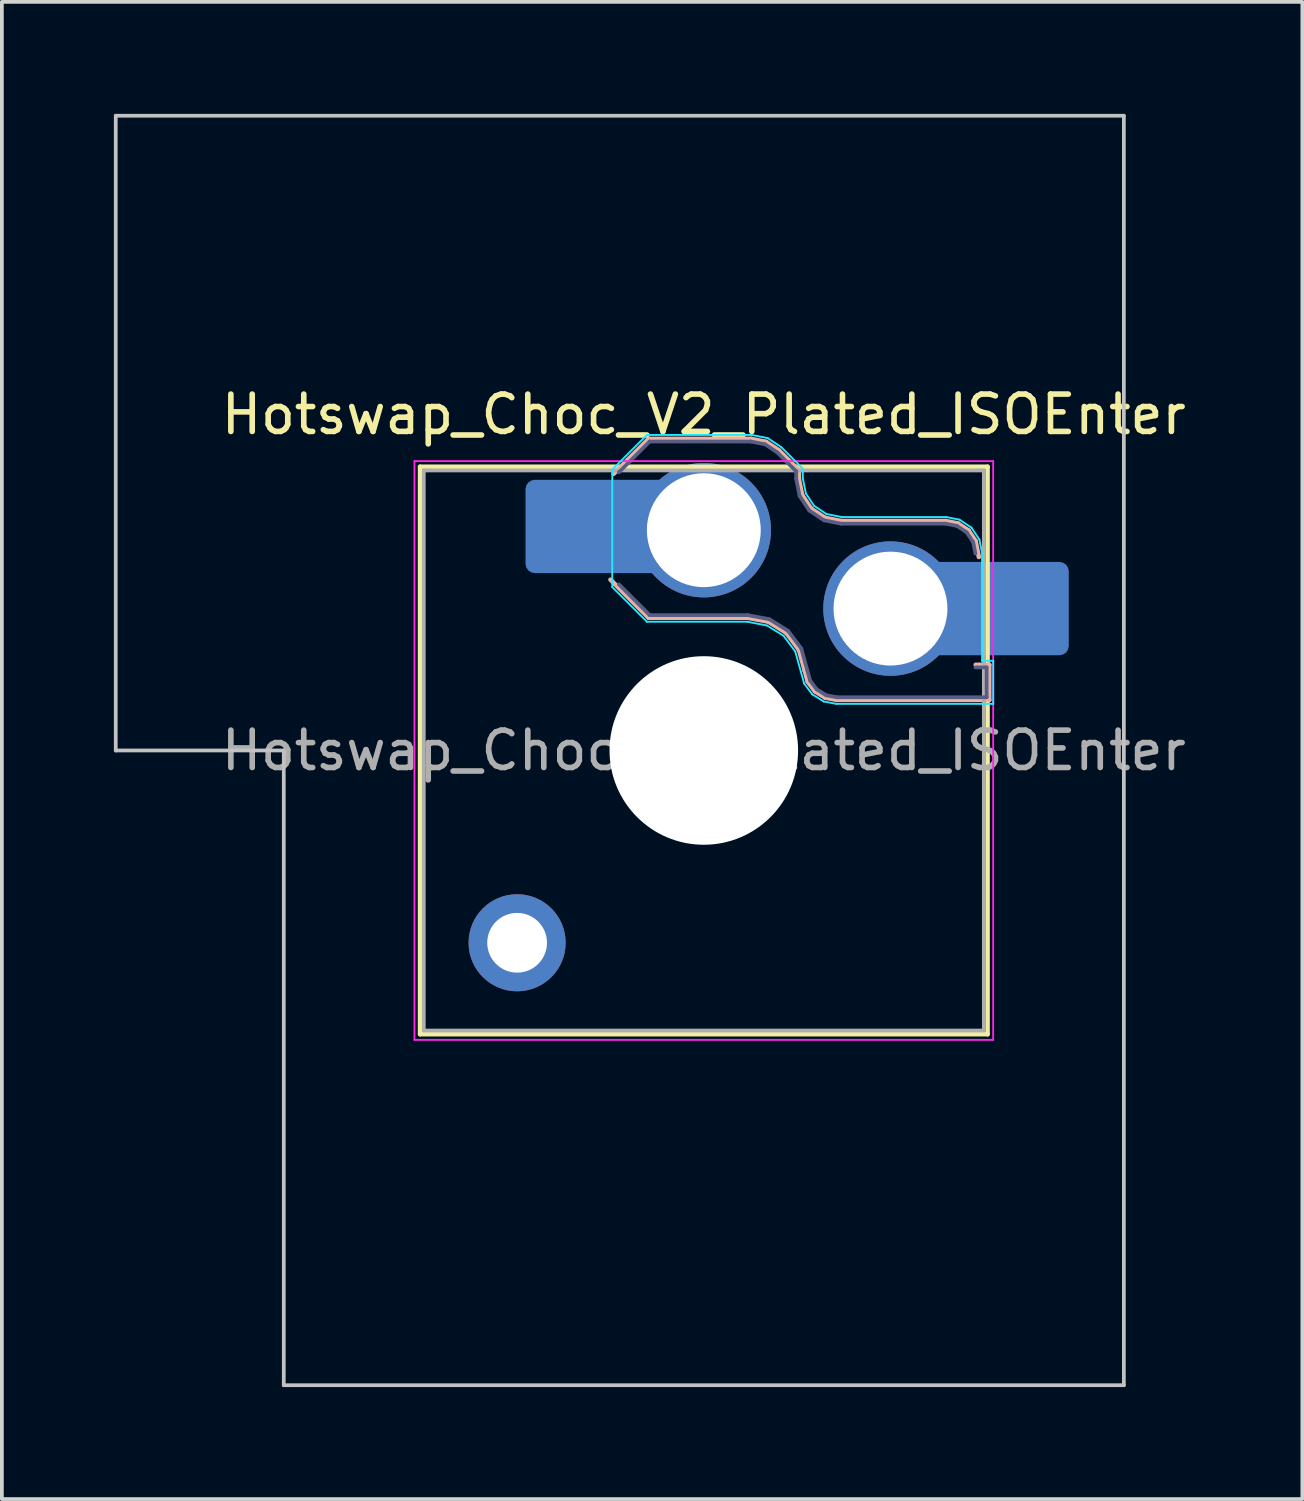
<source format=kicad_pcb>
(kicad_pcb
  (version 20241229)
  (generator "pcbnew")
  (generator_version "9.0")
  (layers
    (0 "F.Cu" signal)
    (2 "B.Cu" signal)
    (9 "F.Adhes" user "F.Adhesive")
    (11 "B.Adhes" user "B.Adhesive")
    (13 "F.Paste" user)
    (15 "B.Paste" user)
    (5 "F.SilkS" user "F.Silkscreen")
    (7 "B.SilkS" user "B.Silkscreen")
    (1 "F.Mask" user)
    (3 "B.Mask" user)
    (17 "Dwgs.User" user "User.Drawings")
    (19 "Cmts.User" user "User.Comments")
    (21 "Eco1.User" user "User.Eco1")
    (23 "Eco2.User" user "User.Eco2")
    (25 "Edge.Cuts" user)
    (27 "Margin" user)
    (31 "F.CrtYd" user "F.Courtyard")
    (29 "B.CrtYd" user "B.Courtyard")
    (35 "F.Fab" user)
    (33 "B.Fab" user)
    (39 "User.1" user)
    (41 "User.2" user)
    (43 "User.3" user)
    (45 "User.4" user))
  (footprint "Hotswap_Choc_V2_Plated_ISOEnter"
    (layer "F.Cu")
    (at 15.8 17.05)
    (property "Reference" "Hotswap_Choc_V2_Plated_ISOEnter" (at 0 -9 0) (layer "F.SilkS") (effects (font (size 1 1) (thickness 0.15))))
    (attr smd allow_soldermask_bridges)
    (fp_line (start -7.6 -7.6) (end -7.6 7.6) (stroke (width 0.12) (type solid)) (layer "F.SilkS"))
    (fp_line (start -7.6 7.6) (end 7.6 7.6) (stroke (width 0.12) (type solid)) (layer "F.SilkS"))
    (fp_line (start 7.6 -7.6) (end -7.6 -7.6) (stroke (width 0.12) (type solid)) (layer "F.SilkS"))
    (fp_line (start 7.6 7.6) (end 7.6 -7.6) (stroke (width 0.12) (type solid)) (layer "F.SilkS"))
    (fp_line (start -2.416 -7.409) (end -1.479 -8.346) (stroke (width 0.12) (type solid)) (layer "B.SilkS"))
    (fp_line (start -1.479 -8.346) (end 1.268 -8.346) (stroke (width 0.12) (type solid)) (layer "B.SilkS"))
    (fp_line (start -1.479 -3.554) (end -2.5 -4.575) (stroke (width 0.12) (type solid)) (layer "B.SilkS"))
    (fp_line (start 1.168 -3.554) (end -1.479 -3.554) (stroke (width 0.12) (type solid)) (layer "B.SilkS"))
    (fp_line (start 1.268 -8.346) (end 1.671 -8.266) (stroke (width 0.12) (type solid)) (layer "B.SilkS"))
    (fp_line (start 1.671 -8.266) (end 2.013 -8.037) (stroke (width 0.12) (type solid)) (layer "B.SilkS"))
    (fp_line (start 1.73 -3.449) (end 1.168 -3.554) (stroke (width 0.12) (type solid)) (layer "B.SilkS"))
    (fp_line (start 2.013 -8.037) (end 2.546 -7.504) (stroke (width 0.12) (type solid)) (layer "B.SilkS"))
    (fp_line (start 2.209 -3.15) (end 1.73 -3.449) (stroke (width 0.12) (type solid)) (layer "B.SilkS"))
    (fp_line (start 2.546 -7.504) (end 2.546 -7.282) (stroke (width 0.12) (type solid)) (layer "B.SilkS"))
    (fp_line (start 2.546 -7.282) (end 2.633 -6.844) (stroke (width 0.12) (type solid)) (layer "B.SilkS"))
    (fp_line (start 2.547 -2.697) (end 2.209 -3.15) (stroke (width 0.12) (type solid)) (layer "B.SilkS"))
    (fp_line (start 2.633 -6.844) (end 2.877 -6.477) (stroke (width 0.12) (type solid)) (layer "B.SilkS"))
    (fp_line (start 2.701 -2.139) (end 2.547 -2.697) (stroke (width 0.12) (type solid)) (layer "B.SilkS"))
    (fp_line (start 2.783 -1.841) (end 2.701 -2.139) (stroke (width 0.12) (type solid)) (layer "B.SilkS"))
    (fp_line (start 2.877 -6.477) (end 3.244 -6.233) (stroke (width 0.12) (type solid)) (layer "B.SilkS"))
    (fp_line (start 2.976 -1.583) (end 2.783 -1.841) (stroke (width 0.12) (type solid)) (layer "B.SilkS"))
    (fp_line (start 3.244 -6.233) (end 3.682 -6.146) (stroke (width 0.12) (type solid)) (layer "B.SilkS"))
    (fp_line (start 3.25 -1.413) (end 2.976 -1.583) (stroke (width 0.12) (type solid)) (layer "B.SilkS"))
    (fp_line (start 3.56 -1.354) (end 3.25 -1.413) (stroke (width 0.12) (type solid)) (layer "B.SilkS"))
    (fp_line (start 3.682 -6.146) (end 6.482 -6.146) (stroke (width 0.12) (type solid)) (layer "B.SilkS"))
    (fp_line (start 6.482 -6.146) (end 6.809 -6.081) (stroke (width 0.12) (type solid)) (layer "B.SilkS"))
    (fp_line (start 6.809 -6.081) (end 7.092 -5.892) (stroke (width 0.12) (type solid)) (layer "B.SilkS"))
    (fp_line (start 7.092 -5.892) (end 7.281 -5.609) (stroke (width 0.12) (type solid)) (layer "B.SilkS"))
    (fp_line (start 7.281 -5.609) (end 7.366 -5.182) (stroke (width 0.12) (type solid)) (layer "B.SilkS"))
    (fp_line (start 7.283 -2.296) (end 7.646 -2.296) (stroke (width 0.12) (type solid)) (layer "B.SilkS"))
    (fp_line (start 7.646 -2.296) (end 7.646 -1.354) (stroke (width 0.12) (type solid)) (layer "B.SilkS"))
    (fp_line (start 7.646 -1.354) (end 3.56 -1.354) (stroke (width 0.12) (type solid)) (layer "B.SilkS"))
    (fp_line (start -15.75 -17) (end -15.75 0) (stroke (width 0.1) (type solid)) (layer "Dwgs.User"))
    (fp_line (start -15.75 0) (end -11.25 0) (stroke (width 0.1) (type solid)) (layer "Dwgs.User"))
    (fp_line (start -11.25 0) (end -11.25 17) (stroke (width 0.1) (type solid)) (layer "Dwgs.User"))
    (fp_line (start -11.25 17) (end 11.25 17) (stroke (width 0.1) (type solid)) (layer "Dwgs.User"))
    (fp_line (start 11.25 -17) (end -15.75 -17) (stroke (width 0.1) (type solid)) (layer "Dwgs.User"))
    (fp_line (start 11.25 17) (end 11.25 -17) (stroke (width 0.1) (type solid)) (layer "Dwgs.User"))
    (fp_line (start -7.25 -7.25) (end -7.25 7.25) (stroke (width 0.1) (type solid)) (layer "Eco1.User"))
    (fp_line (start -7.25 7.25) (end 7.25 7.25) (stroke (width 0.1) (type solid)) (layer "Eco1.User"))
    (fp_line (start 7.25 -7.25) (end -7.25 -7.25) (stroke (width 0.1) (type solid)) (layer "Eco1.User"))
    (fp_line (start 7.25 7.25) (end 7.25 -7.25) (stroke (width 0.1) (type solid)) (layer "Eco1.User"))
    (fp_line (start -2.452 -7.523) (end -1.523 -8.452) (stroke (width 0.05) (type solid)) (layer "B.CrtYd"))
    (fp_line (start -2.452 -4.377) (end -2.452 -7.523) (stroke (width 0.05) (type solid)) (layer "B.CrtYd"))
    (fp_line (start -1.523 -8.452) (end 1.278 -8.452) (stroke (width 0.05) (type solid)) (layer "B.CrtYd"))
    (fp_line (start -1.523 -3.448) (end -2.452 -4.377) (stroke (width 0.05) (type solid)) (layer "B.CrtYd"))
    (fp_line (start 1.159 -3.448) (end -1.523 -3.448) (stroke (width 0.05) (type solid)) (layer "B.CrtYd"))
    (fp_line (start 1.278 -8.452) (end 1.712 -8.366) (stroke (width 0.05) (type solid)) (layer "B.CrtYd"))
    (fp_line (start 1.691 -3.348) (end 1.159 -3.448) (stroke (width 0.05) (type solid)) (layer "B.CrtYd"))
    (fp_line (start 1.712 -8.366) (end 2.081 -8.119) (stroke (width 0.05) (type solid)) (layer "B.CrtYd"))
    (fp_line (start 2.081 -8.119) (end 2.652 -7.548) (stroke (width 0.05) (type solid)) (layer "B.CrtYd"))
    (fp_line (start 2.136 -3.071) (end 1.691 -3.348) (stroke (width 0.05) (type solid)) (layer "B.CrtYd"))
    (fp_line (start 2.45 -2.65) (end 2.136 -3.071) (stroke (width 0.05) (type solid)) (layer "B.CrtYd"))
    (fp_line (start 2.599 -2.111) (end 2.45 -2.65) (stroke (width 0.05) (type solid)) (layer "B.CrtYd"))
    (fp_line (start 2.652 -7.548) (end 2.652 -7.292) (stroke (width 0.05) (type solid)) (layer "B.CrtYd"))
    (fp_line (start 2.652 -7.292) (end 2.733 -6.885) (stroke (width 0.05) (type solid)) (layer "B.CrtYd"))
    (fp_line (start 2.687 -1.794) (end 2.599 -2.111) (stroke (width 0.05) (type solid)) (layer "B.CrtYd"))
    (fp_line (start 2.733 -6.885) (end 2.953 -6.553) (stroke (width 0.05) (type solid)) (layer "B.CrtYd"))
    (fp_line (start 2.903 -1.503) (end 2.687 -1.794) (stroke (width 0.05) (type solid)) (layer "B.CrtYd"))
    (fp_line (start 2.953 -6.553) (end 3.285 -6.333) (stroke (width 0.05) (type solid)) (layer "B.CrtYd"))
    (fp_line (start 3.211 -1.312) (end 2.903 -1.503) (stroke (width 0.05) (type solid)) (layer "B.CrtYd"))
    (fp_line (start 3.285 -6.333) (end 3.692 -6.252) (stroke (width 0.05) (type solid)) (layer "B.CrtYd"))
    (fp_line (start 3.55 -1.248) (end 3.211 -1.312) (stroke (width 0.05) (type solid)) (layer "B.CrtYd"))
    (fp_line (start 3.692 -6.252) (end 6.492 -6.252) (stroke (width 0.05) (type solid)) (layer "B.CrtYd"))
    (fp_line (start 6.492 -6.252) (end 6.85 -6.181) (stroke (width 0.05) (type solid)) (layer "B.CrtYd"))
    (fp_line (start 6.85 -6.181) (end 7.168 -5.968) (stroke (width 0.05) (type solid)) (layer "B.CrtYd"))
    (fp_line (start 7.168 -5.968) (end 7.381 -5.65) (stroke (width 0.05) (type solid)) (layer "B.CrtYd"))
    (fp_line (start 7.381 -5.65) (end 7.452 -5.292) (stroke (width 0.05) (type solid)) (layer "B.CrtYd"))
    (fp_line (start 7.452 -5.292) (end 7.452 -2.402) (stroke (width 0.05) (type solid)) (layer "B.CrtYd"))
    (fp_line (start 7.452 -2.402) (end 7.752 -2.402) (stroke (width 0.05) (type solid)) (layer "B.CrtYd"))
    (fp_line (start 7.752 -2.402) (end 7.752 -1.248) (stroke (width 0.05) (type solid)) (layer "B.CrtYd"))
    (fp_line (start 7.752 -1.248) (end 3.55 -1.248) (stroke (width 0.05) (type solid)) (layer "B.CrtYd"))
    (fp_line (start -7.75 -7.75) (end -7.75 7.75) (stroke (width 0.05) (type solid)) (layer "F.CrtYd"))
    (fp_line (start -7.75 7.75) (end 7.75 7.75) (stroke (width 0.05) (type solid)) (layer "F.CrtYd"))
    (fp_line (start 7.75 -7.75) (end -7.75 -7.75) (stroke (width 0.05) (type solid)) (layer "F.CrtYd"))
    (fp_line (start 7.75 7.75) (end 7.75 -7.75) (stroke (width 0.05) (type solid)) (layer "F.CrtYd"))
    (fp_line (start -2.275 -7.45) (end -1.45 -8.275) (stroke (width 0.1) (type solid)) (layer "B.Fab"))
    (fp_line (start -1.45 -8.275) (end 1.261 -8.275) (stroke (width 0.1) (type solid)) (layer "B.Fab"))
    (fp_line (start -1.45 -3.625) (end -2.275 -4.45) (stroke (width 0.1) (type solid)) (layer "B.Fab"))
    (fp_line (start 1.175 -3.625) (end -1.45 -3.625) (stroke (width 0.1) (type solid)) (layer "B.Fab"))
    (fp_line (start 1.261 -8.275) (end 1.643 -8.199) (stroke (width 0.1) (type solid)) (layer "B.Fab"))
    (fp_line (start 1.643 -8.199) (end 1.968 -7.982) (stroke (width 0.1) (type solid)) (layer "B.Fab"))
    (fp_line (start 1.756 -3.516) (end 1.175 -3.625) (stroke (width 0.1) (type solid)) (layer "B.Fab"))
    (fp_line (start 1.968 -7.982) (end 2.475 -7.475) (stroke (width 0.1) (type solid)) (layer "B.Fab"))
    (fp_line (start 2.258 -3.203) (end 1.756 -3.516) (stroke (width 0.1) (type solid)) (layer "B.Fab"))
    (fp_line (start 2.475 -7.475) (end 2.475 -7.275) (stroke (width 0.1) (type solid)) (layer "B.Fab"))
    (fp_line (start 2.475 -7.275) (end 2.566 -6.816) (stroke (width 0.1) (type solid)) (layer "B.Fab"))
    (fp_line (start 2.566 -6.816) (end 2.826 -6.426) (stroke (width 0.1) (type solid)) (layer "B.Fab"))
    (fp_line (start 2.612 -2.729) (end 2.258 -3.203) (stroke (width 0.1) (type solid)) (layer "B.Fab"))
    (fp_line (start 2.769 -2.158) (end 2.612 -2.729) (stroke (width 0.1) (type solid)) (layer "B.Fab"))
    (fp_line (start 2.826 -6.426) (end 3.216 -6.166) (stroke (width 0.1) (type solid)) (layer "B.Fab"))
    (fp_line (start 2.848 -1.873) (end 2.769 -2.158) (stroke (width 0.1) (type solid)) (layer "B.Fab"))
    (fp_line (start 3.025 -1.636) (end 2.848 -1.873) (stroke (width 0.1) (type solid)) (layer "B.Fab"))
    (fp_line (start 3.216 -6.166) (end 3.675 -6.075) (stroke (width 0.1) (type solid)) (layer "B.Fab"))
    (fp_line (start 3.276 -1.48) (end 3.025 -1.636) (stroke (width 0.1) (type solid)) (layer "B.Fab"))
    (fp_line (start 3.567 -1.425) (end 3.276 -1.48) (stroke (width 0.1) (type solid)) (layer "B.Fab"))
    (fp_line (start 3.675 -6.075) (end 6.475 -6.075) (stroke (width 0.1) (type solid)) (layer "B.Fab"))
    (fp_line (start 6.475 -6.075) (end 6.781 -6.014) (stroke (width 0.1) (type solid)) (layer "B.Fab"))
    (fp_line (start 6.781 -6.014) (end 7.041 -5.841) (stroke (width 0.1) (type solid)) (layer "B.Fab"))
    (fp_line (start 7.041 -5.841) (end 7.214 -5.581) (stroke (width 0.1) (type solid)) (layer "B.Fab"))
    (fp_line (start 7.214 -5.581) (end 7.275 -5.275) (stroke (width 0.1) (type solid)) (layer "B.Fab"))
    (fp_line (start 7.275 -2.225) (end 7.575 -2.225) (stroke (width 0.1) (type solid)) (layer "B.Fab"))
    (fp_line (start 7.575 -2.225) (end 7.575 -1.425) (stroke (width 0.1) (type solid)) (layer "B.Fab"))
    (fp_line (start 7.575 -1.425) (end 3.567 -1.425) (stroke (width 0.1) (type solid)) (layer "B.Fab"))
    (fp_line (start -7.5 -7.5) (end -7.5 7.5) (stroke (width 0.1) (type solid)) (layer "F.Fab"))
    (fp_line (start -7.5 7.5) (end 7.5 7.5) (stroke (width 0.1) (type solid)) (layer "F.Fab"))
    (fp_line (start 7.5 -7.5) (end -7.5 -7.5) (stroke (width 0.1) (type solid)) (layer "F.Fab"))
    (fp_line (start 7.5 7.5) (end 7.5 -7.5) (stroke (width 0.1) (type solid)) (layer "F.Fab"))
    (fp_text user "${REFERENCE}" (at 0 0 0) (layer "F.Fab") (effects (font (size 1 1) (thickness 0.15))))
    (pad "" thru_hole circle (at -5 5.15) (size 2.6 2.6) (drill 1.6) (layers "*.Cu" "*.Mask"))
    (pad "" smd roundrect (at -3.5 -6) (size 2.55 2.5) (layers "B.Mask" "B.Paste") (roundrect_rratio 0.1))
    (pad "" np_thru_hole circle (at 0 0) (size 5.05 5.05) (drill 5.05) (layers "*.Cu" "*.Mask"))
    (pad "" smd roundrect (at 8.5 -3.8) (size 2.55 2.5) (layers "B.Mask" "B.Paste") (roundrect_rratio 0.1))
    (pad "1" smd roundrect (at -2.85 -6) (size 3.85 2.5) (layers "B.Cu") (roundrect_rratio 0.1))
    (pad "1" thru_hole circle (at 0 -5.9) (size 3.6 3.6) (drill 3.05) (layers "*.Cu" "*.Mask"))
    (pad "2" thru_hole circle (at 5 -3.8) (size 3.6 3.6) (drill 3.05) (layers "*.Cu" "*.Mask"))
    (pad "2" smd roundrect (at 7.85 -3.8) (size 3.85 2.5) (layers "B.Cu") (roundrect_rratio 0.1)))
  (gr_rect
    (start -3 -3)
    (end 31.83 37.1)
    (stroke (width 0.1) (type default))
    (fill no)
    (layer "Edge.Cuts")))
</source>
